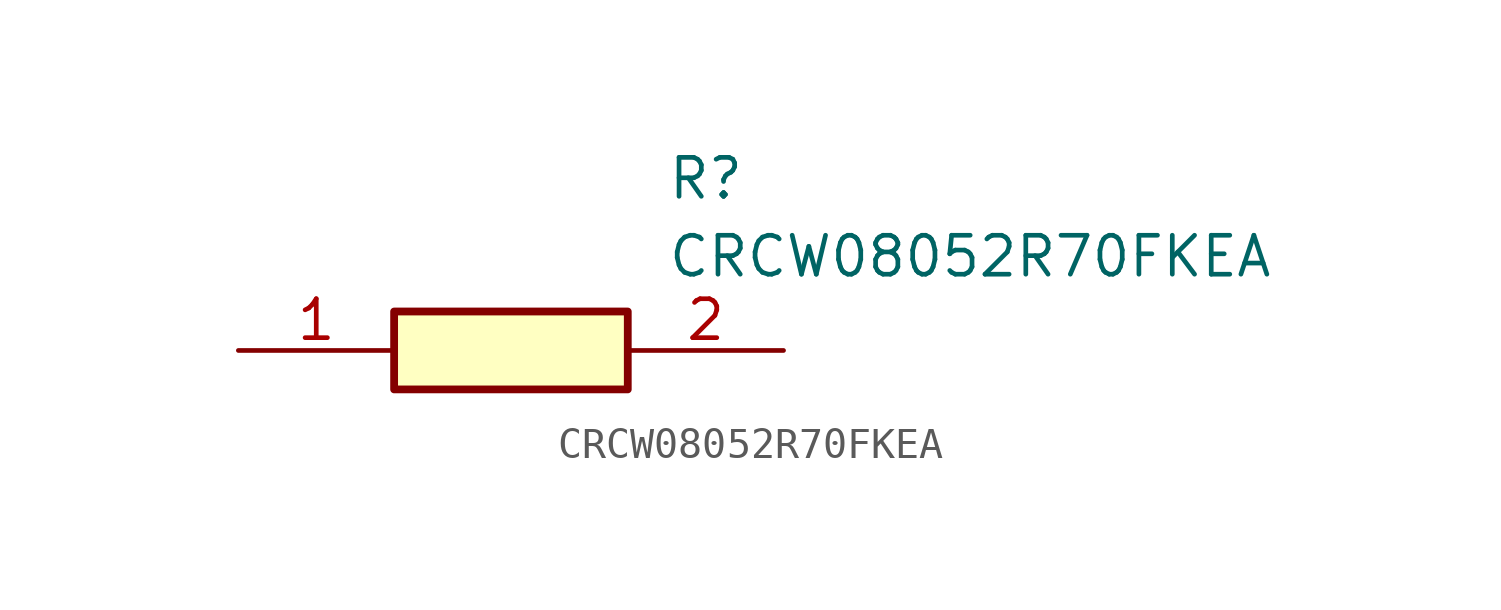
<source format=kicad_sym>
(kicad_symbol_lib
  (version 20211014)
  (generator SamacSys_ECAD_Model)
  (symbol "CRCW08052R70FKEA"
    (pin_names hide)
    (property "Reference" "R"
      (at 13.97 6.35 0)
      (effects (font (size 1.27 1.27)) (justify left top)))
    (property "Value" "CRCW08052R70FKEA"
      (at 13.97 3.81 0)
      (effects (font (size 1.27 1.27)) (justify left top)))
    (rectangle
      (start 5.08 1.27)
      (end 12.7 -1.27)
      (stroke (width 0.254) (type default))
      (fill (type background)))
    (pin passive line
      (at 0 0 0)
      (length 5.08)
      (name "1" (effects (font (size 1.27 1.27))))
      (number "1" (effects (font (size 1.27 1.27)))))
    (pin passive line
      (at 17.78 0 180)
      (length 5.08)
      (name "2" (effects (font (size 1.27 1.27))))
      (number "2" (effects (font (size 1.27 1.27)))))))
</source>
